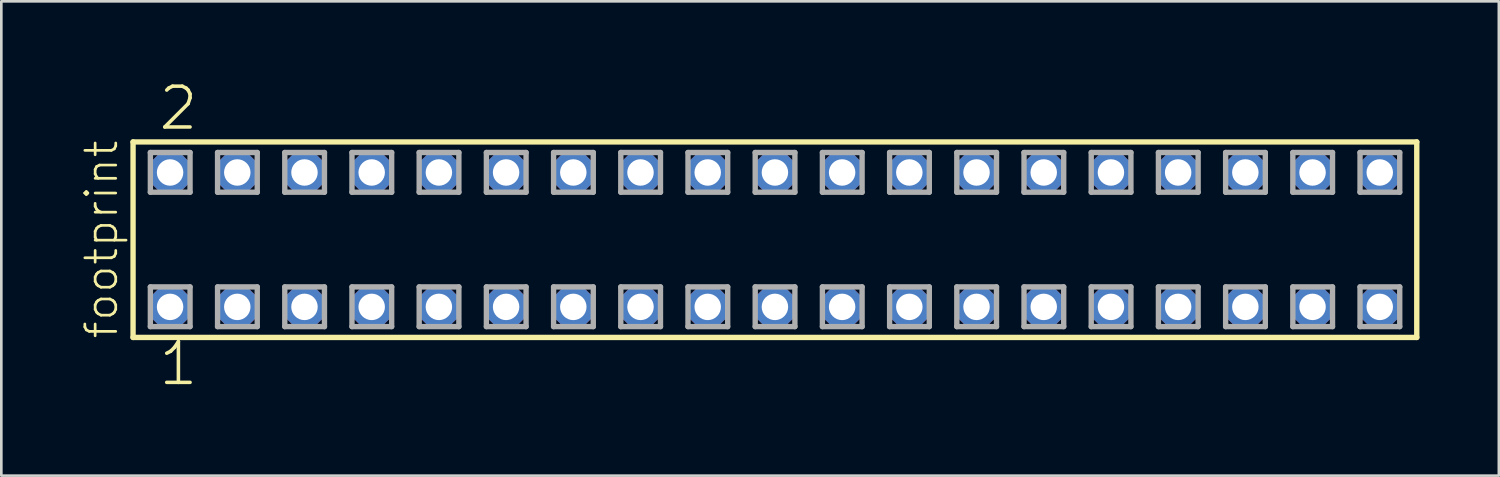
<source format=kicad_pcb>
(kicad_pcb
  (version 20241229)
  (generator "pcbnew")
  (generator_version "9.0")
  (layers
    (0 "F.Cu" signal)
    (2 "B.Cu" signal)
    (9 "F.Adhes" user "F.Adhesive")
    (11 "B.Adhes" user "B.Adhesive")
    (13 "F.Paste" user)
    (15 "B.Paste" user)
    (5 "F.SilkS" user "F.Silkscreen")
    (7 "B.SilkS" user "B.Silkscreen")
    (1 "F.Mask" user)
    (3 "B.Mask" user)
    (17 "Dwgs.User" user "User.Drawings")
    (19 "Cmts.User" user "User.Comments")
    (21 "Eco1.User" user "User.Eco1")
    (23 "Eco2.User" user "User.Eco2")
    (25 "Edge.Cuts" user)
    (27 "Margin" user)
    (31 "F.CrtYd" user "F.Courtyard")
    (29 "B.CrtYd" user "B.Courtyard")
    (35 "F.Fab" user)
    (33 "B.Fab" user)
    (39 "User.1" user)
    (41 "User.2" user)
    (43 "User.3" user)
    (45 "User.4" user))
  (footprint "footprint"
    (layer "F.Cu")
    (at 26.238 6.009)
    (property "Reference" "footprint" (at -24.765 3.81 90) (layer "F.SilkS") (effects (font (size 1.168 1.168) (thickness 0.102)) (justify left bottom)))
    (fp_line (start -24.259 -3.695) (end 24.259 -3.695) (stroke (width 0.203) (type solid)) (layer "F.SilkS"))
    (fp_line (start -24.259 3.695) (end -24.259 -3.695) (stroke (width 0.203) (type solid)) (layer "F.SilkS"))
    (fp_line (start 24.259 -3.695) (end 24.259 3.695) (stroke (width 0.203) (type solid)) (layer "F.SilkS"))
    (fp_line (start 24.259 3.695) (end -24.259 3.695) (stroke (width 0.203) (type solid)) (layer "F.SilkS"))
    (fp_line (start -23.605 -3.295) (end -22.105 -3.295) (stroke (width 0.203) (type solid)) (layer "F.Fab"))
    (fp_line (start -23.605 -1.795) (end -23.605 -3.295) (stroke (width 0.203) (type solid)) (layer "F.Fab"))
    (fp_line (start -23.605 1.785) (end -22.105 1.785) (stroke (width 0.203) (type solid)) (layer "F.Fab"))
    (fp_line (start -23.605 3.285) (end -23.605 1.785) (stroke (width 0.203) (type solid)) (layer "F.Fab"))
    (fp_line (start -22.105 -3.295) (end -22.105 -1.795) (stroke (width 0.203) (type solid)) (layer "F.Fab"))
    (fp_line (start -22.105 -1.795) (end -23.605 -1.795) (stroke (width 0.203) (type solid)) (layer "F.Fab"))
    (fp_line (start -22.105 1.785) (end -22.105 3.285) (stroke (width 0.203) (type solid)) (layer "F.Fab"))
    (fp_line (start -22.105 3.285) (end -23.605 3.285) (stroke (width 0.203) (type solid)) (layer "F.Fab"))
    (fp_line (start -21.065 -3.295) (end -19.565 -3.295) (stroke (width 0.203) (type solid)) (layer "F.Fab"))
    (fp_line (start -21.065 -1.795) (end -21.065 -3.295) (stroke (width 0.203) (type solid)) (layer "F.Fab"))
    (fp_line (start -21.065 1.785) (end -19.565 1.785) (stroke (width 0.203) (type solid)) (layer "F.Fab"))
    (fp_line (start -21.065 3.285) (end -21.065 1.785) (stroke (width 0.203) (type solid)) (layer "F.Fab"))
    (fp_line (start -19.565 -3.295) (end -19.565 -1.795) (stroke (width 0.203) (type solid)) (layer "F.Fab"))
    (fp_line (start -19.565 -1.795) (end -21.065 -1.795) (stroke (width 0.203) (type solid)) (layer "F.Fab"))
    (fp_line (start -19.565 1.785) (end -19.565 3.285) (stroke (width 0.203) (type solid)) (layer "F.Fab"))
    (fp_line (start -19.565 3.285) (end -21.065 3.285) (stroke (width 0.203) (type solid)) (layer "F.Fab"))
    (fp_line (start -18.525 -3.295) (end -17.025 -3.295) (stroke (width 0.203) (type solid)) (layer "F.Fab"))
    (fp_line (start -18.525 -1.795) (end -18.525 -3.295) (stroke (width 0.203) (type solid)) (layer "F.Fab"))
    (fp_line (start -18.525 1.785) (end -17.025 1.785) (stroke (width 0.203) (type solid)) (layer "F.Fab"))
    (fp_line (start -18.525 3.285) (end -18.525 1.785) (stroke (width 0.203) (type solid)) (layer "F.Fab"))
    (fp_line (start -17.025 -3.295) (end -17.025 -1.795) (stroke (width 0.203) (type solid)) (layer "F.Fab"))
    (fp_line (start -17.025 -1.795) (end -18.525 -1.795) (stroke (width 0.203) (type solid)) (layer "F.Fab"))
    (fp_line (start -17.025 1.785) (end -17.025 3.285) (stroke (width 0.203) (type solid)) (layer "F.Fab"))
    (fp_line (start -17.025 3.285) (end -18.525 3.285) (stroke (width 0.203) (type solid)) (layer "F.Fab"))
    (fp_line (start -15.985 -3.295) (end -14.485 -3.295) (stroke (width 0.203) (type solid)) (layer "F.Fab"))
    (fp_line (start -15.985 -1.795) (end -15.985 -3.295) (stroke (width 0.203) (type solid)) (layer "F.Fab"))
    (fp_line (start -15.985 1.785) (end -14.485 1.785) (stroke (width 0.203) (type solid)) (layer "F.Fab"))
    (fp_line (start -15.985 3.285) (end -15.985 1.785) (stroke (width 0.203) (type solid)) (layer "F.Fab"))
    (fp_line (start -14.485 -3.295) (end -14.485 -1.795) (stroke (width 0.203) (type solid)) (layer "F.Fab"))
    (fp_line (start -14.485 -1.795) (end -15.985 -1.795) (stroke (width 0.203) (type solid)) (layer "F.Fab"))
    (fp_line (start -14.485 1.785) (end -14.485 3.285) (stroke (width 0.203) (type solid)) (layer "F.Fab"))
    (fp_line (start -14.485 3.285) (end -15.985 3.285) (stroke (width 0.203) (type solid)) (layer "F.Fab"))
    (fp_line (start -13.445 -3.295) (end -11.945 -3.295) (stroke (width 0.203) (type solid)) (layer "F.Fab"))
    (fp_line (start -13.445 -1.795) (end -13.445 -3.295) (stroke (width 0.203) (type solid)) (layer "F.Fab"))
    (fp_line (start -13.445 1.785) (end -11.945 1.785) (stroke (width 0.203) (type solid)) (layer "F.Fab"))
    (fp_line (start -13.445 3.285) (end -13.445 1.785) (stroke (width 0.203) (type solid)) (layer "F.Fab"))
    (fp_line (start -11.945 -3.295) (end -11.945 -1.795) (stroke (width 0.203) (type solid)) (layer "F.Fab"))
    (fp_line (start -11.945 -1.795) (end -13.445 -1.795) (stroke (width 0.203) (type solid)) (layer "F.Fab"))
    (fp_line (start -11.945 1.785) (end -11.945 3.285) (stroke (width 0.203) (type solid)) (layer "F.Fab"))
    (fp_line (start -11.945 3.285) (end -13.445 3.285) (stroke (width 0.203) (type solid)) (layer "F.Fab"))
    (fp_line (start -10.905 -3.295) (end -9.405 -3.295) (stroke (width 0.203) (type solid)) (layer "F.Fab"))
    (fp_line (start -10.905 -1.795) (end -10.905 -3.295) (stroke (width 0.203) (type solid)) (layer "F.Fab"))
    (fp_line (start -10.905 1.785) (end -9.405 1.785) (stroke (width 0.203) (type solid)) (layer "F.Fab"))
    (fp_line (start -10.905 3.285) (end -10.905 1.785) (stroke (width 0.203) (type solid)) (layer "F.Fab"))
    (fp_line (start -9.405 -3.295) (end -9.405 -1.795) (stroke (width 0.203) (type solid)) (layer "F.Fab"))
    (fp_line (start -9.405 -1.795) (end -10.905 -1.795) (stroke (width 0.203) (type solid)) (layer "F.Fab"))
    (fp_line (start -9.405 1.785) (end -9.405 3.285) (stroke (width 0.203) (type solid)) (layer "F.Fab"))
    (fp_line (start -9.405 3.285) (end -10.905 3.285) (stroke (width 0.203) (type solid)) (layer "F.Fab"))
    (fp_line (start -8.365 -3.295) (end -6.865 -3.295) (stroke (width 0.203) (type solid)) (layer "F.Fab"))
    (fp_line (start -8.365 -1.795) (end -8.365 -3.295) (stroke (width 0.203) (type solid)) (layer "F.Fab"))
    (fp_line (start -8.365 1.785) (end -6.865 1.785) (stroke (width 0.203) (type solid)) (layer "F.Fab"))
    (fp_line (start -8.365 3.285) (end -8.365 1.785) (stroke (width 0.203) (type solid)) (layer "F.Fab"))
    (fp_line (start -6.865 -3.295) (end -6.865 -1.795) (stroke (width 0.203) (type solid)) (layer "F.Fab"))
    (fp_line (start -6.865 -1.795) (end -8.365 -1.795) (stroke (width 0.203) (type solid)) (layer "F.Fab"))
    (fp_line (start -6.865 1.785) (end -6.865 3.285) (stroke (width 0.203) (type solid)) (layer "F.Fab"))
    (fp_line (start -6.865 3.285) (end -8.365 3.285) (stroke (width 0.203) (type solid)) (layer "F.Fab"))
    (fp_line (start -5.825 -3.295) (end -4.325 -3.295) (stroke (width 0.203) (type solid)) (layer "F.Fab"))
    (fp_line (start -5.825 -1.795) (end -5.825 -3.295) (stroke (width 0.203) (type solid)) (layer "F.Fab"))
    (fp_line (start -5.825 1.785) (end -4.325 1.785) (stroke (width 0.203) (type solid)) (layer "F.Fab"))
    (fp_line (start -5.825 3.285) (end -5.825 1.785) (stroke (width 0.203) (type solid)) (layer "F.Fab"))
    (fp_line (start -4.325 -3.295) (end -4.325 -1.795) (stroke (width 0.203) (type solid)) (layer "F.Fab"))
    (fp_line (start -4.325 -1.795) (end -5.825 -1.795) (stroke (width 0.203) (type solid)) (layer "F.Fab"))
    (fp_line (start -4.325 1.785) (end -4.325 3.285) (stroke (width 0.203) (type solid)) (layer "F.Fab"))
    (fp_line (start -4.325 3.285) (end -5.825 3.285) (stroke (width 0.203) (type solid)) (layer "F.Fab"))
    (fp_line (start -3.285 -3.295) (end -1.785 -3.295) (stroke (width 0.203) (type solid)) (layer "F.Fab"))
    (fp_line (start -3.285 -1.795) (end -3.285 -3.295) (stroke (width 0.203) (type solid)) (layer "F.Fab"))
    (fp_line (start -3.285 1.785) (end -1.785 1.785) (stroke (width 0.203) (type solid)) (layer "F.Fab"))
    (fp_line (start -3.285 3.285) (end -3.285 1.785) (stroke (width 0.203) (type solid)) (layer "F.Fab"))
    (fp_line (start -1.785 -3.295) (end -1.785 -1.795) (stroke (width 0.203) (type solid)) (layer "F.Fab"))
    (fp_line (start -1.785 -1.795) (end -3.285 -1.795) (stroke (width 0.203) (type solid)) (layer "F.Fab"))
    (fp_line (start -1.785 1.785) (end -1.785 3.285) (stroke (width 0.203) (type solid)) (layer "F.Fab"))
    (fp_line (start -1.785 3.285) (end -3.285 3.285) (stroke (width 0.203) (type solid)) (layer "F.Fab"))
    (fp_line (start -0.745 -3.295) (end 0.755 -3.295) (stroke (width 0.203) (type solid)) (layer "F.Fab"))
    (fp_line (start -0.745 -1.795) (end -0.745 -3.295) (stroke (width 0.203) (type solid)) (layer "F.Fab"))
    (fp_line (start -0.745 1.785) (end 0.755 1.785) (stroke (width 0.203) (type solid)) (layer "F.Fab"))
    (fp_line (start -0.745 3.285) (end -0.745 1.785) (stroke (width 0.203) (type solid)) (layer "F.Fab"))
    (fp_line (start 0.755 -3.295) (end 0.755 -1.795) (stroke (width 0.203) (type solid)) (layer "F.Fab"))
    (fp_line (start 0.755 -1.795) (end -0.745 -1.795) (stroke (width 0.203) (type solid)) (layer "F.Fab"))
    (fp_line (start 0.755 1.785) (end 0.755 3.285) (stroke (width 0.203) (type solid)) (layer "F.Fab"))
    (fp_line (start 0.755 3.285) (end -0.745 3.285) (stroke (width 0.203) (type solid)) (layer "F.Fab"))
    (fp_line (start 1.795 -3.295) (end 3.295 -3.295) (stroke (width 0.203) (type solid)) (layer "F.Fab"))
    (fp_line (start 1.795 -1.795) (end 1.795 -3.295) (stroke (width 0.203) (type solid)) (layer "F.Fab"))
    (fp_line (start 1.795 1.785) (end 3.295 1.785) (stroke (width 0.203) (type solid)) (layer "F.Fab"))
    (fp_line (start 1.795 3.285) (end 1.795 1.785) (stroke (width 0.203) (type solid)) (layer "F.Fab"))
    (fp_line (start 3.295 -3.295) (end 3.295 -1.795) (stroke (width 0.203) (type solid)) (layer "F.Fab"))
    (fp_line (start 3.295 -1.795) (end 1.795 -1.795) (stroke (width 0.203) (type solid)) (layer "F.Fab"))
    (fp_line (start 3.295 1.785) (end 3.295 3.285) (stroke (width 0.203) (type solid)) (layer "F.Fab"))
    (fp_line (start 3.295 3.285) (end 1.795 3.285) (stroke (width 0.203) (type solid)) (layer "F.Fab"))
    (fp_line (start 4.335 -3.295) (end 5.835 -3.295) (stroke (width 0.203) (type solid)) (layer "F.Fab"))
    (fp_line (start 4.335 -1.795) (end 4.335 -3.295) (stroke (width 0.203) (type solid)) (layer "F.Fab"))
    (fp_line (start 4.335 1.785) (end 5.835 1.785) (stroke (width 0.203) (type solid)) (layer "F.Fab"))
    (fp_line (start 4.335 3.285) (end 4.335 1.785) (stroke (width 0.203) (type solid)) (layer "F.Fab"))
    (fp_line (start 5.835 -3.295) (end 5.835 -1.795) (stroke (width 0.203) (type solid)) (layer "F.Fab"))
    (fp_line (start 5.835 -1.795) (end 4.335 -1.795) (stroke (width 0.203) (type solid)) (layer "F.Fab"))
    (fp_line (start 5.835 1.785) (end 5.835 3.285) (stroke (width 0.203) (type solid)) (layer "F.Fab"))
    (fp_line (start 5.835 3.285) (end 4.335 3.285) (stroke (width 0.203) (type solid)) (layer "F.Fab"))
    (fp_line (start 6.875 -3.295) (end 8.375 -3.295) (stroke (width 0.203) (type solid)) (layer "F.Fab"))
    (fp_line (start 6.875 -1.795) (end 6.875 -3.295) (stroke (width 0.203) (type solid)) (layer "F.Fab"))
    (fp_line (start 6.875 1.785) (end 8.375 1.785) (stroke (width 0.203) (type solid)) (layer "F.Fab"))
    (fp_line (start 6.875 3.285) (end 6.875 1.785) (stroke (width 0.203) (type solid)) (layer "F.Fab"))
    (fp_line (start 8.375 -3.295) (end 8.375 -1.795) (stroke (width 0.203) (type solid)) (layer "F.Fab"))
    (fp_line (start 8.375 -1.795) (end 6.875 -1.795) (stroke (width 0.203) (type solid)) (layer "F.Fab"))
    (fp_line (start 8.375 1.785) (end 8.375 3.285) (stroke (width 0.203) (type solid)) (layer "F.Fab"))
    (fp_line (start 8.375 3.285) (end 6.875 3.285) (stroke (width 0.203) (type solid)) (layer "F.Fab"))
    (fp_line (start 9.415 -3.295) (end 10.915 -3.295) (stroke (width 0.203) (type solid)) (layer "F.Fab"))
    (fp_line (start 9.415 -1.795) (end 9.415 -3.295) (stroke (width 0.203) (type solid)) (layer "F.Fab"))
    (fp_line (start 9.415 1.785) (end 10.915 1.785) (stroke (width 0.203) (type solid)) (layer "F.Fab"))
    (fp_line (start 9.415 3.285) (end 9.415 1.785) (stroke (width 0.203) (type solid)) (layer "F.Fab"))
    (fp_line (start 10.915 -3.295) (end 10.915 -1.795) (stroke (width 0.203) (type solid)) (layer "F.Fab"))
    (fp_line (start 10.915 -1.795) (end 9.415 -1.795) (stroke (width 0.203) (type solid)) (layer "F.Fab"))
    (fp_line (start 10.915 1.785) (end 10.915 3.285) (stroke (width 0.203) (type solid)) (layer "F.Fab"))
    (fp_line (start 10.915 3.285) (end 9.415 3.285) (stroke (width 0.203) (type solid)) (layer "F.Fab"))
    (fp_line (start 11.955 -3.295) (end 13.455 -3.295) (stroke (width 0.203) (type solid)) (layer "F.Fab"))
    (fp_line (start 11.955 -1.795) (end 11.955 -3.295) (stroke (width 0.203) (type solid)) (layer "F.Fab"))
    (fp_line (start 11.955 1.785) (end 13.455 1.785) (stroke (width 0.203) (type solid)) (layer "F.Fab"))
    (fp_line (start 11.955 3.285) (end 11.955 1.785) (stroke (width 0.203) (type solid)) (layer "F.Fab"))
    (fp_line (start 13.455 -3.295) (end 13.455 -1.795) (stroke (width 0.203) (type solid)) (layer "F.Fab"))
    (fp_line (start 13.455 -1.795) (end 11.955 -1.795) (stroke (width 0.203) (type solid)) (layer "F.Fab"))
    (fp_line (start 13.455 1.785) (end 13.455 3.285) (stroke (width 0.203) (type solid)) (layer "F.Fab"))
    (fp_line (start 13.455 3.285) (end 11.955 3.285) (stroke (width 0.203) (type solid)) (layer "F.Fab"))
    (fp_line (start 14.495 -3.295) (end 15.995 -3.295) (stroke (width 0.203) (type solid)) (layer "F.Fab"))
    (fp_line (start 14.495 -1.795) (end 14.495 -3.295) (stroke (width 0.203) (type solid)) (layer "F.Fab"))
    (fp_line (start 14.495 1.785) (end 15.995 1.785) (stroke (width 0.203) (type solid)) (layer "F.Fab"))
    (fp_line (start 14.495 3.285) (end 14.495 1.785) (stroke (width 0.203) (type solid)) (layer "F.Fab"))
    (fp_line (start 15.995 -3.295) (end 15.995 -1.795) (stroke (width 0.203) (type solid)) (layer "F.Fab"))
    (fp_line (start 15.995 -1.795) (end 14.495 -1.795) (stroke (width 0.203) (type solid)) (layer "F.Fab"))
    (fp_line (start 15.995 1.785) (end 15.995 3.285) (stroke (width 0.203) (type solid)) (layer "F.Fab"))
    (fp_line (start 15.995 3.285) (end 14.495 3.285) (stroke (width 0.203) (type solid)) (layer "F.Fab"))
    (fp_line (start 17.035 -3.295) (end 18.535 -3.295) (stroke (width 0.203) (type solid)) (layer "F.Fab"))
    (fp_line (start 17.035 -1.795) (end 17.035 -3.295) (stroke (width 0.203) (type solid)) (layer "F.Fab"))
    (fp_line (start 17.035 1.785) (end 18.535 1.785) (stroke (width 0.203) (type solid)) (layer "F.Fab"))
    (fp_line (start 17.035 3.285) (end 17.035 1.785) (stroke (width 0.203) (type solid)) (layer "F.Fab"))
    (fp_line (start 18.535 -3.295) (end 18.535 -1.795) (stroke (width 0.203) (type solid)) (layer "F.Fab"))
    (fp_line (start 18.535 -1.795) (end 17.035 -1.795) (stroke (width 0.203) (type solid)) (layer "F.Fab"))
    (fp_line (start 18.535 1.785) (end 18.535 3.285) (stroke (width 0.203) (type solid)) (layer "F.Fab"))
    (fp_line (start 18.535 3.285) (end 17.035 3.285) (stroke (width 0.203) (type solid)) (layer "F.Fab"))
    (fp_line (start 19.575 -3.295) (end 21.075 -3.295) (stroke (width 0.203) (type solid)) (layer "F.Fab"))
    (fp_line (start 19.575 -1.795) (end 19.575 -3.295) (stroke (width 0.203) (type solid)) (layer "F.Fab"))
    (fp_line (start 19.575 1.785) (end 21.075 1.785) (stroke (width 0.203) (type solid)) (layer "F.Fab"))
    (fp_line (start 19.575 3.285) (end 19.575 1.785) (stroke (width 0.203) (type solid)) (layer "F.Fab"))
    (fp_line (start 21.075 -3.295) (end 21.075 -1.795) (stroke (width 0.203) (type solid)) (layer "F.Fab"))
    (fp_line (start 21.075 -1.795) (end 19.575 -1.795) (stroke (width 0.203) (type solid)) (layer "F.Fab"))
    (fp_line (start 21.075 1.785) (end 21.075 3.285) (stroke (width 0.203) (type solid)) (layer "F.Fab"))
    (fp_line (start 21.075 3.285) (end 19.575 3.285) (stroke (width 0.203) (type solid)) (layer "F.Fab"))
    (fp_line (start 22.115 -3.295) (end 23.615 -3.295) (stroke (width 0.203) (type solid)) (layer "F.Fab"))
    (fp_line (start 22.115 -1.795) (end 22.115 -3.295) (stroke (width 0.203) (type solid)) (layer "F.Fab"))
    (fp_line (start 22.115 1.785) (end 23.615 1.785) (stroke (width 0.203) (type solid)) (layer "F.Fab"))
    (fp_line (start 22.115 3.285) (end 22.115 1.785) (stroke (width 0.203) (type solid)) (layer "F.Fab"))
    (fp_line (start 23.615 -3.295) (end 23.615 -1.795) (stroke (width 0.203) (type solid)) (layer "F.Fab"))
    (fp_line (start 23.615 -1.795) (end 22.115 -1.795) (stroke (width 0.203) (type solid)) (layer "F.Fab"))
    (fp_line (start 23.615 1.785) (end 23.615 3.285) (stroke (width 0.203) (type solid)) (layer "F.Fab"))
    (fp_line (start 23.615 3.285) (end 22.115 3.285) (stroke (width 0.203) (type solid)) (layer "F.Fab"))
    (fp_text user "2" (at -23.368 -4.064 0) (layer "F.SilkS") (effects (font (size 1.542 1.542) (thickness 0.134)) (justify left bottom)))
    (fp_text user "1" (at -23.368 5.588 0) (layer "F.SilkS") (effects (font (size 1.542 1.542) (thickness 0.134)) (justify left bottom)))
    (pad "1" thru_hole roundrect (at -22.86 2.54) (size 1.5 1.5) (drill 1) (layers "*.Cu" "*.Mask") (roundrect_rratio 0.25) (chamfer_ratio 0.25) (chamfer top_left top_right bottom_left bottom_right))
    (pad "2" thru_hole roundrect (at -22.86 -2.54) (size 1.5 1.5) (drill 1) (layers "*.Cu" "*.Mask") (roundrect_rratio 0.25) (chamfer_ratio 0.25) (chamfer top_left top_right bottom_left bottom_right))
    (pad "3" thru_hole roundrect (at -20.32 2.54) (size 1.5 1.5) (drill 1) (layers "*.Cu" "*.Mask") (roundrect_rratio 0.25) (chamfer_ratio 0.25) (chamfer top_left top_right bottom_left bottom_right))
    (pad "4" thru_hole roundrect (at -20.32 -2.54) (size 1.5 1.5) (drill 1) (layers "*.Cu" "*.Mask") (roundrect_rratio 0.25) (chamfer_ratio 0.25) (chamfer top_left top_right bottom_left bottom_right))
    (pad "5" thru_hole roundrect (at -17.78 2.54) (size 1.5 1.5) (drill 1) (layers "*.Cu" "*.Mask") (roundrect_rratio 0.25) (chamfer_ratio 0.25) (chamfer top_left top_right bottom_left bottom_right))
    (pad "6" thru_hole roundrect (at -17.78 -2.54) (size 1.5 1.5) (drill 1) (layers "*.Cu" "*.Mask") (roundrect_rratio 0.25) (chamfer_ratio 0.25) (chamfer top_left top_right bottom_left bottom_right))
    (pad "7" thru_hole roundrect (at -15.24 2.54) (size 1.5 1.5) (drill 1) (layers "*.Cu" "*.Mask") (roundrect_rratio 0.25) (chamfer_ratio 0.25) (chamfer top_left top_right bottom_left bottom_right))
    (pad "8" thru_hole roundrect (at -15.24 -2.54) (size 1.5 1.5) (drill 1) (layers "*.Cu" "*.Mask") (roundrect_rratio 0.25) (chamfer_ratio 0.25) (chamfer top_left top_right bottom_left bottom_right))
    (pad "9" thru_hole roundrect (at -12.7 2.54) (size 1.5 1.5) (drill 1) (layers "*.Cu" "*.Mask") (roundrect_rratio 0.25) (chamfer_ratio 0.25) (chamfer top_left top_right bottom_left bottom_right))
    (pad "10" thru_hole roundrect (at -12.7 -2.54) (size 1.5 1.5) (drill 1) (layers "*.Cu" "*.Mask") (roundrect_rratio 0.25) (chamfer_ratio 0.25) (chamfer top_left top_right bottom_left bottom_right))
    (pad "11" thru_hole roundrect (at -10.16 2.54) (size 1.5 1.5) (drill 1) (layers "*.Cu" "*.Mask") (roundrect_rratio 0.25) (chamfer_ratio 0.25) (chamfer top_left top_right bottom_left bottom_right))
    (pad "12" thru_hole roundrect (at -10.16 -2.54) (size 1.5 1.5) (drill 1) (layers "*.Cu" "*.Mask") (roundrect_rratio 0.25) (chamfer_ratio 0.25) (chamfer top_left top_right bottom_left bottom_right))
    (pad "13" thru_hole roundrect (at -7.62 2.54) (size 1.5 1.5) (drill 1) (layers "*.Cu" "*.Mask") (roundrect_rratio 0.25) (chamfer_ratio 0.25) (chamfer top_left top_right bottom_left bottom_right))
    (pad "14" thru_hole roundrect (at -7.62 -2.54) (size 1.5 1.5) (drill 1) (layers "*.Cu" "*.Mask") (roundrect_rratio 0.25) (chamfer_ratio 0.25) (chamfer top_left top_right bottom_left bottom_right))
    (pad "15" thru_hole roundrect (at -5.08 2.54) (size 1.5 1.5) (drill 1) (layers "*.Cu" "*.Mask") (roundrect_rratio 0.25) (chamfer_ratio 0.25) (chamfer top_left top_right bottom_left bottom_right))
    (pad "16" thru_hole roundrect (at -5.08 -2.54) (size 1.5 1.5) (drill 1) (layers "*.Cu" "*.Mask") (roundrect_rratio 0.25) (chamfer_ratio 0.25) (chamfer top_left top_right bottom_left bottom_right))
    (pad "17" thru_hole roundrect (at -2.54 2.54) (size 1.5 1.5) (drill 1) (layers "*.Cu" "*.Mask") (roundrect_rratio 0.25) (chamfer_ratio 0.25) (chamfer top_left top_right bottom_left bottom_right))
    (pad "18" thru_hole roundrect (at -2.54 -2.54) (size 1.5 1.5) (drill 1) (layers "*.Cu" "*.Mask") (roundrect_rratio 0.25) (chamfer_ratio 0.25) (chamfer top_left top_right bottom_left bottom_right))
    (pad "19" thru_hole roundrect (at 0 2.54) (size 1.5 1.5) (drill 1) (layers "*.Cu" "*.Mask") (roundrect_rratio 0.25) (chamfer_ratio 0.25) (chamfer top_left top_right bottom_left bottom_right))
    (pad "20" thru_hole roundrect (at 0 -2.54) (size 1.5 1.5) (drill 1) (layers "*.Cu" "*.Mask") (roundrect_rratio 0.25) (chamfer_ratio 0.25) (chamfer top_left top_right bottom_left bottom_right))
    (pad "21" thru_hole roundrect (at 2.54 2.54) (size 1.5 1.5) (drill 1) (layers "*.Cu" "*.Mask") (roundrect_rratio 0.25) (chamfer_ratio 0.25) (chamfer top_left top_right bottom_left bottom_right))
    (pad "22" thru_hole roundrect (at 2.54 -2.54) (size 1.5 1.5) (drill 1) (layers "*.Cu" "*.Mask") (roundrect_rratio 0.25) (chamfer_ratio 0.25) (chamfer top_left top_right bottom_left bottom_right))
    (pad "23" thru_hole roundrect (at 5.08 2.54) (size 1.5 1.5) (drill 1) (layers "*.Cu" "*.Mask") (roundrect_rratio 0.25) (chamfer_ratio 0.25) (chamfer top_left top_right bottom_left bottom_right))
    (pad "24" thru_hole roundrect (at 5.08 -2.54) (size 1.5 1.5) (drill 1) (layers "*.Cu" "*.Mask") (roundrect_rratio 0.25) (chamfer_ratio 0.25) (chamfer top_left top_right bottom_left bottom_right))
    (pad "25" thru_hole roundrect (at 7.62 2.54) (size 1.5 1.5) (drill 1) (layers "*.Cu" "*.Mask") (roundrect_rratio 0.25) (chamfer_ratio 0.25) (chamfer top_left top_right bottom_left bottom_right))
    (pad "26" thru_hole roundrect (at 7.62 -2.54) (size 1.5 1.5) (drill 1) (layers "*.Cu" "*.Mask") (roundrect_rratio 0.25) (chamfer_ratio 0.25) (chamfer top_left top_right bottom_left bottom_right))
    (pad "27" thru_hole roundrect (at 10.16 2.54) (size 1.5 1.5) (drill 1) (layers "*.Cu" "*.Mask") (roundrect_rratio 0.25) (chamfer_ratio 0.25) (chamfer top_left top_right bottom_left bottom_right))
    (pad "28" thru_hole roundrect (at 10.16 -2.54) (size 1.5 1.5) (drill 1) (layers "*.Cu" "*.Mask") (roundrect_rratio 0.25) (chamfer_ratio 0.25) (chamfer top_left top_right bottom_left bottom_right))
    (pad "29" thru_hole roundrect (at 12.7 2.54) (size 1.5 1.5) (drill 1) (layers "*.Cu" "*.Mask") (roundrect_rratio 0.25) (chamfer_ratio 0.25) (chamfer top_left top_right bottom_left bottom_right))
    (pad "30" thru_hole roundrect (at 12.7 -2.54) (size 1.5 1.5) (drill 1) (layers "*.Cu" "*.Mask") (roundrect_rratio 0.25) (chamfer_ratio 0.25) (chamfer top_left top_right bottom_left bottom_right))
    (pad "31" thru_hole roundrect (at 15.24 2.54) (size 1.5 1.5) (drill 1) (layers "*.Cu" "*.Mask") (roundrect_rratio 0.25) (chamfer_ratio 0.25) (chamfer top_left top_right bottom_left bottom_right))
    (pad "32" thru_hole roundrect (at 15.24 -2.54) (size 1.5 1.5) (drill 1) (layers "*.Cu" "*.Mask") (roundrect_rratio 0.25) (chamfer_ratio 0.25) (chamfer top_left top_right bottom_left bottom_right))
    (pad "33" thru_hole roundrect (at 17.78 2.54) (size 1.5 1.5) (drill 1) (layers "*.Cu" "*.Mask") (roundrect_rratio 0.25) (chamfer_ratio 0.25) (chamfer top_left top_right bottom_left bottom_right))
    (pad "34" thru_hole roundrect (at 17.78 -2.54) (size 1.5 1.5) (drill 1) (layers "*.Cu" "*.Mask") (roundrect_rratio 0.25) (chamfer_ratio 0.25) (chamfer top_left top_right bottom_left bottom_right))
    (pad "35" thru_hole roundrect (at 20.32 2.54) (size 1.5 1.5) (drill 1) (layers "*.Cu" "*.Mask") (roundrect_rratio 0.25) (chamfer_ratio 0.25) (chamfer top_left top_right bottom_left bottom_right))
    (pad "36" thru_hole roundrect (at 20.32 -2.54) (size 1.5 1.5) (drill 1) (layers "*.Cu" "*.Mask") (roundrect_rratio 0.25) (chamfer_ratio 0.25) (chamfer top_left top_right bottom_left bottom_right))
    (pad "37" thru_hole roundrect (at 22.86 2.54) (size 1.5 1.5) (drill 1) (layers "*.Cu" "*.Mask") (roundrect_rratio 0.25) (chamfer_ratio 0.25) (chamfer top_left top_right bottom_left bottom_right))
    (pad "38" thru_hole roundrect (at 22.86 -2.54) (size 1.5 1.5) (drill 1) (layers "*.Cu" "*.Mask") (roundrect_rratio 0.25) (chamfer_ratio 0.25) (chamfer top_left top_right bottom_left bottom_right)))
  (gr_rect
    (start -3 -3)
    (end 53.599 14.927)
    (stroke (width 0.1) (type default))
    (fill no)
    (layer "Edge.Cuts")))
</source>
